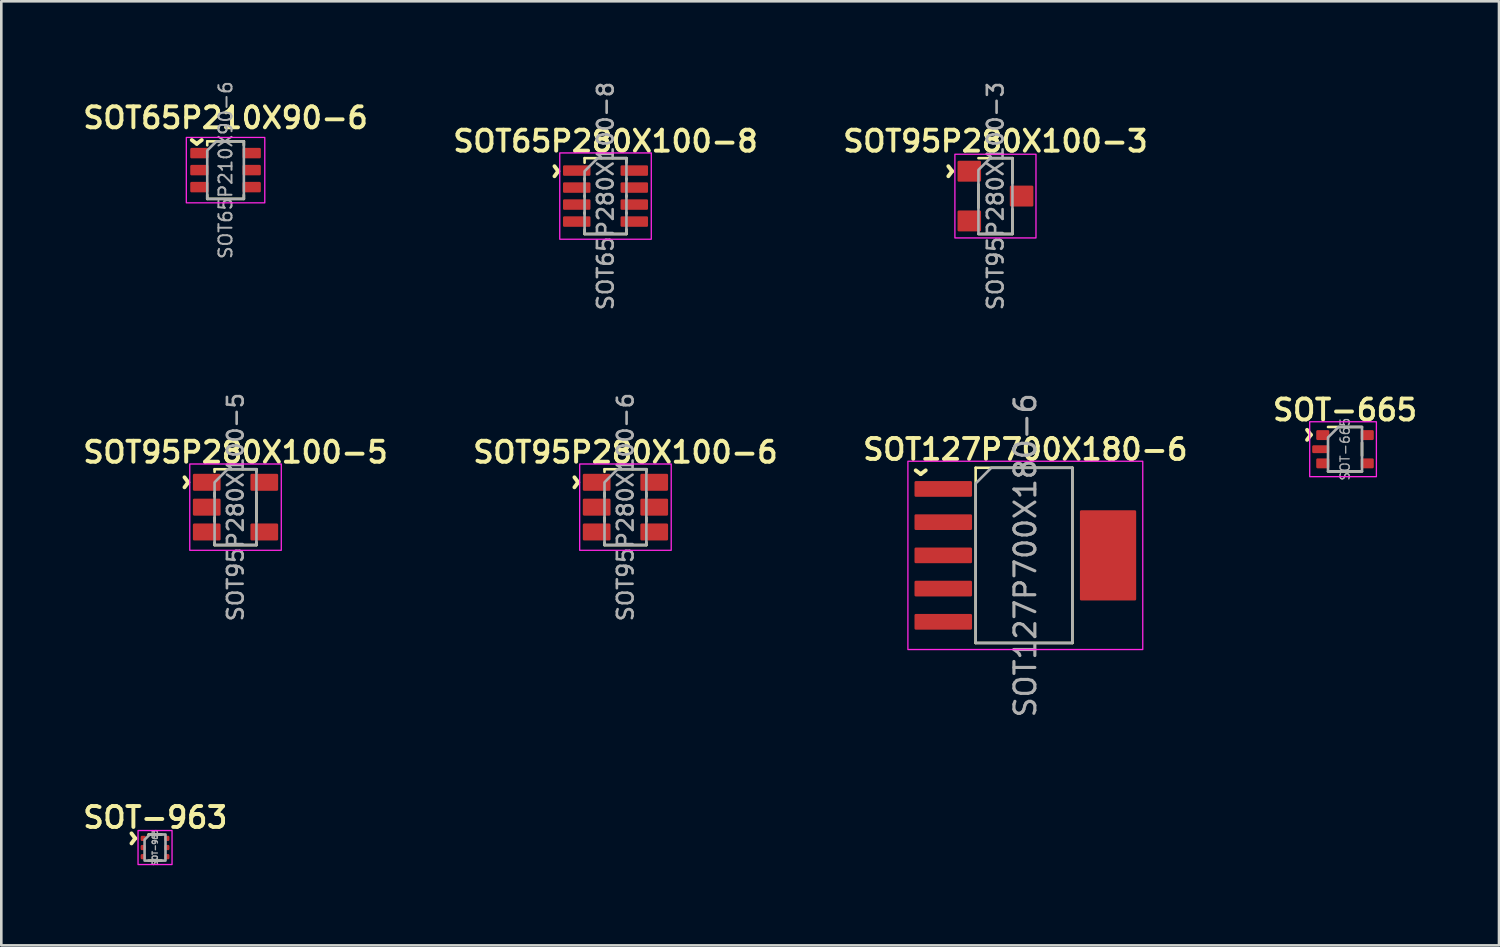
<source format=kicad_pcb>
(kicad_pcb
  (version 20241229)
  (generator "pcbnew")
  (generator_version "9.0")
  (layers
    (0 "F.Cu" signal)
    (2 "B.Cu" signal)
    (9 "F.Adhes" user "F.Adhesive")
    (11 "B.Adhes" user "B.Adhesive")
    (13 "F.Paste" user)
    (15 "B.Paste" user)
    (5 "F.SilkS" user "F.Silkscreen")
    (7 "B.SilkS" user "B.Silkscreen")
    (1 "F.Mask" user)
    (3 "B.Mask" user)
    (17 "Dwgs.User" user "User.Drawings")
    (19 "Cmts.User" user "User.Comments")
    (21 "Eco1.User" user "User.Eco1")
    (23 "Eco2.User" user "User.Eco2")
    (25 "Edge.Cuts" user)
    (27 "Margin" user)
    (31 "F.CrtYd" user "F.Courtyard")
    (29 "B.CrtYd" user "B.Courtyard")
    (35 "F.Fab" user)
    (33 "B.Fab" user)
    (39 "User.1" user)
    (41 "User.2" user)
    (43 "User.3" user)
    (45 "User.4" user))
  (footprint "SOT65P280X100-8"
    (layer "F.Cu")
    (at 20.102 4.447)
    (property "Reference" "SOT65P280X100-8" (at 0 -2.1 0) (layer "F.SilkS") (effects (font (size 0.8 0.8) (thickness 0.15))))
    (attr smd)
    (fp_line (start -0.8 -1.45) (end -0.8 -1.275) (stroke (width 0.1) (type solid)) (layer "F.SilkS"))
    (fp_line (start -0.8 -0.675) (end -0.8 -0.625) (stroke (width 0.1) (type solid)) (layer "F.SilkS"))
    (fp_line (start -0.8 -0.025) (end -0.8 0.025) (stroke (width 0.1) (type solid)) (layer "F.SilkS"))
    (fp_line (start -0.8 0.625) (end -0.8 0.675) (stroke (width 0.1) (type solid)) (layer "F.SilkS"))
    (fp_line (start -0.8 1.45) (end -0.8 1.275) (stroke (width 0.1) (type solid)) (layer "F.SilkS"))
    (fp_line (start -0.8 1.45) (end 0.8 1.45) (stroke (width 0.1) (type solid)) (layer "F.SilkS"))
    (fp_line (start 0.8 -1.45) (end -0.8 -1.45) (stroke (width 0.1) (type solid)) (layer "F.SilkS"))
    (fp_line (start 0.8 -1.45) (end 0.8 -1.275) (stroke (width 0.1) (type default)) (layer "F.SilkS"))
    (fp_line (start 0.8 -0.675) (end 0.8 -0.625) (stroke (width 0.1) (type solid)) (layer "F.SilkS"))
    (fp_line (start 0.8 -0.025) (end 0.8 0.025) (stroke (width 0.1) (type solid)) (layer "F.SilkS"))
    (fp_line (start 0.8 0.625) (end 0.8 0.675) (stroke (width 0.1) (type solid)) (layer "F.SilkS"))
    (fp_line (start 0.8 1.45) (end 0.8 1.275) (stroke (width 0.1) (type solid)) (layer "F.SilkS"))
    (fp_rect (start -1.75 -1.65) (end 1.75 1.65) (stroke (width 0.05) (type solid)) (fill no) (layer "F.CrtYd"))
    (fp_poly (pts (xy -0.8 -0.95) (xy -0.3 -1.45) (xy 0.8 -1.45) (xy 0.8 1.45) (xy -0.8 1.45)) (stroke (width 0.1) (type solid)) (fill no) (layer "F.Fab"))
    (fp_text user "^" (at -2.4 -0.95 270) (unlocked yes) (layer "F.SilkS") (effects (font (size 1 1) (thickness 0.15))))
    (fp_text user "${REFERENCE}" (at 0 0 90) (layer "F.Fab") (effects (font (size 0.6 0.6) (thickness 0.1) (bold yes))))
    (pad "1" smd roundrect (at -1.1 -0.975) (size 1.05 0.4) (layers "F.Cu" "F.Mask" "F.Paste") (roundrect_rratio 0.111))
    (pad "2" smd roundrect (at -1.1 -0.325) (size 1.05 0.4) (layers "F.Cu" "F.Mask" "F.Paste") (roundrect_rratio 0.111))
    (pad "3" smd roundrect (at -1.1 0.325) (size 1.05 0.4) (layers "F.Cu" "F.Mask" "F.Paste") (roundrect_rratio 0.111))
    (pad "4" smd roundrect (at -1.1 0.975) (size 1.05 0.4) (layers "F.Cu" "F.Mask" "F.Paste") (roundrect_rratio 0.111))
    (pad "5" smd roundrect (at 1.1 0.975) (size 1.05 0.4) (layers "F.Cu" "F.Mask" "F.Paste") (roundrect_rratio 0.111))
    (pad "6" smd roundrect (at 1.1 0.325) (size 1.05 0.4) (layers "F.Cu" "F.Mask" "F.Paste") (roundrect_rratio 0.111))
    (pad "7" smd roundrect (at 1.1 -0.325) (size 1.05 0.4) (layers "F.Cu" "F.Mask" "F.Paste") (roundrect_rratio 0.111))
    (pad "8" smd roundrect (at 1.1 -0.975) (size 1.05 0.4) (layers "F.Cu" "F.Mask" "F.Paste") (roundrect_rratio 0.111)))
  (footprint "SOT95P280X100-5"
    (layer "F.Cu")
    (at 5.955 16.341)
    (property "Reference" "SOT95P280X100-5" (at 0 -2.1 0) (layer "F.SilkS") (effects (font (size 0.8 0.8) (thickness 0.15))))
    (attr smd)
    (fp_line (start -0.8 -1.45) (end -0.8 -1.35) (stroke (width 0.1) (type solid)) (layer "F.SilkS"))
    (fp_line (start -0.8 -0.55) (end -0.8 -0.4) (stroke (width 0.1) (type solid)) (layer "F.SilkS"))
    (fp_line (start -0.8 0.4) (end -0.8 0.55) (stroke (width 0.1) (type solid)) (layer "F.SilkS"))
    (fp_line (start -0.8 1.45) (end -0.8 1.35) (stroke (width 0.1) (type solid)) (layer "F.SilkS"))
    (fp_line (start -0.8 1.45) (end 0.8 1.45) (stroke (width 0.1) (type solid)) (layer "F.SilkS"))
    (fp_line (start 0.8 -1.45) (end -0.8 -1.45) (stroke (width 0.1) (type solid)) (layer "F.SilkS"))
    (fp_line (start 0.8 -1.45) (end 0.8 -1.35) (stroke (width 0.1) (type default)) (layer "F.SilkS"))
    (fp_line (start 0.8 -0.55) (end 0.8 0.55) (stroke (width 0.1) (type solid)) (layer "F.SilkS"))
    (fp_line (start 0.8 1.45) (end 0.8 1.34) (stroke (width 0.1) (type solid)) (layer "F.SilkS"))
    (fp_rect (start -1.75 -1.65) (end 1.75 1.65) (stroke (width 0.05) (type solid)) (fill no) (layer "F.CrtYd"))
    (fp_poly (pts (xy -0.8 -0.95) (xy -0.3 -1.45) (xy 0.8 -1.45) (xy 0.8 1.45) (xy -0.8 1.45)) (stroke (width 0.1) (type solid)) (fill no) (layer "F.Fab"))
    (fp_text user "^" (at -2.4 -0.95 270) (unlocked yes) (layer "F.SilkS") (effects (font (size 1 1) (thickness 0.15))))
    (fp_text user "${REFERENCE}" (at 0 0 90) (layer "F.Fab") (effects (font (size 0.6 0.6) (thickness 0.1) (bold yes))))
    (pad "1" smd roundrect (at -1.1 -0.95) (size 1.06 0.65) (layers "F.Cu" "F.Mask" "F.Paste") (roundrect_rratio 0.077))
    (pad "2" smd roundrect (at -1.1 0) (size 1.06 0.65) (layers "F.Cu" "F.Mask" "F.Paste") (roundrect_rratio 0.077))
    (pad "3" smd roundrect (at -1.1 0.95) (size 1.06 0.65) (layers "F.Cu" "F.Mask" "F.Paste") (roundrect_rratio 0.077))
    (pad "4" smd roundrect (at 1.1 0.95) (size 1.06 0.65) (layers "F.Cu" "F.Mask" "F.Paste") (roundrect_rratio 0.077))
    (pad "5" smd roundrect (at 1.1 -0.95) (size 1.06 0.65) (layers "F.Cu" "F.Mask" "F.Paste") (roundrect_rratio 0.077)))
  (footprint "SOT-665"
    (layer "F.Cu")
    (at 48.377 14.126)
    (property "Reference" "SOT-665" (at 0 -1.5 0) (layer "F.SilkS") (effects (font (size 0.8 0.8) (thickness 0.15))))
    (attr smd)
    (fp_line (start -0.65 0.85) (end 0.65 0.85) (stroke (width 0.1) (type solid)) (layer "F.SilkS"))
    (fp_line (start 0.65 -0.85) (end -0.65 -0.85) (stroke (width 0.1) (type solid)) (layer "F.SilkS"))
    (fp_line (start 0.65 -0.25) (end 0.65 0.25) (stroke (width 0.1) (type default)) (layer "F.SilkS"))
    (fp_poly (pts (xy 1.2 1.05) (xy -1.35 1.05) (xy -1.35 -1.05) (xy 1.2 -1.05)) (stroke (width 0.05) (type solid)) (fill no) (layer "F.CrtYd"))
    (fp_poly (pts (xy 0.65 -0.85) (xy 0.65 0.85) (xy -0.65 0.85) (xy -0.65 -0.45) (xy -0.25 -0.85)) (stroke (width 0.1) (type solid)) (fill no) (layer "F.Fab"))
    (fp_text user "^" (at -1.9 -0.55 270) (unlocked yes) (layer "F.SilkS") (effects (font (size 1 1) (thickness 0.15))))
    (fp_text user "${REFERENCE}" (at 0 0 90) (layer "F.Fab") (effects (font (size 0.35 0.35) (thickness 0.05))))
    (pad "1" smd roundrect (at -0.85 -0.54) (size 0.5 0.38) (layers "F.Cu" "F.Mask" "F.Paste") (roundrect_rratio 0.132))
    (pad "2" smd roundrect (at -0.93 0) (size 0.65 0.3) (layers "F.Cu" "F.Mask" "F.Paste") (roundrect_rratio 0.167))
    (pad "3" smd roundrect (at -0.85 0.54) (size 0.5 0.38) (layers "F.Cu" "F.Mask" "F.Paste") (roundrect_rratio 0.132))
    (pad "4" smd roundrect (at 0.85 0.54) (size 0.5 0.38) (layers "F.Cu" "F.Mask" "F.Paste") (roundrect_rratio 0.132))
    (pad "5" smd roundrect (at 0.85 -0.54) (size 0.5 0.38) (layers "F.Cu" "F.Mask" "F.Paste") (roundrect_rratio 0.132)))
  (footprint "SOT65P210X90-6"
    (layer "F.Cu")
    (at 5.574 3.455)
    (property "Reference" "SOT65P210X90-6" (at 0 -2 0) (layer "F.SilkS") (effects (font (size 0.8 0.8) (thickness 0.15))))
    (attr smd)
    (fp_line (start -0.7 -1.1) (end -0.7 -0.95) (stroke (width 0.1) (type default)) (layer "F.SilkS"))
    (fp_line (start -0.7 -1.1) (end 0.7 -1.1) (stroke (width 0.1) (type solid)) (layer "F.SilkS"))
    (fp_line (start -0.7 1.1) (end -0.7 0.95) (stroke (width 0.1) (type default)) (layer "F.SilkS"))
    (fp_line (start -0.7 1.1) (end 0.7 1.1) (stroke (width 0.1) (type solid)) (layer "F.SilkS"))
    (fp_line (start 0.7 -1.1) (end 0.7 -0.95) (stroke (width 0.1) (type default)) (layer "F.SilkS"))
    (fp_line (start 0.7 1.1) (end 0.7 0.95) (stroke (width 0.1) (type default)) (layer "F.SilkS"))
    (fp_rect (start -1.5 -1.25) (end 1.5 1.25) (stroke (width 0.05) (type default)) (fill no) (layer "F.CrtYd"))
    (fp_poly (pts (xy -0.7 1.1) (xy 0.7 1.1) (xy 0.7 -1.1) (xy -0.35 -1.1) (xy -0.7 -0.75)) (stroke (width 0.1) (type solid)) (fill no) (layer "F.Fab"))
    (fp_text user "^" (at -1.1 -1.6 180) (unlocked yes) (layer "F.SilkS") (effects (font (size 1 1) (thickness 0.15))))
    (fp_text user "${REFERENCE}" (at 0 0 90) (layer "F.Fab") (effects (font (size 0.5 0.5) (thickness 0.075))))
    (pad "1" smd roundrect (at -1 -0.65) (size 0.7 0.4) (layers "F.Cu" "F.Mask" "F.Paste") (roundrect_rratio 0.125))
    (pad "2" smd roundrect (at -1 0) (size 0.7 0.4) (layers "F.Cu" "F.Mask" "F.Paste") (roundrect_rratio 0.125))
    (pad "3" smd roundrect (at -1 0.65) (size 0.7 0.4) (layers "F.Cu" "F.Mask" "F.Paste") (roundrect_rratio 0.125))
    (pad "4" smd roundrect (at 1 0.65) (size 0.7 0.4) (layers "F.Cu" "F.Mask" "F.Paste") (roundrect_rratio 0.125))
    (pad "5" smd roundrect (at 1 0) (size 0.7 0.4) (layers "F.Cu" "F.Mask" "F.Paste") (roundrect_rratio 0.125))
    (pad "6" smd roundrect (at 1 -0.65) (size 0.7 0.4) (layers "F.Cu" "F.Mask" "F.Paste") (roundrect_rratio 0.125)))
  (footprint "SOT-963"
    (layer "F.Cu")
    (at 2.878 29.356)
    (property "Reference" "SOT-963" (at 0.01 -1.15 0) (layer "F.SilkS") (effects (font (size 0.8 0.8) (thickness 0.15))))
    (attr smd)
    (fp_line (start 0.25 -0.5) (end -0.25 -0.5) (stroke (width 0.1) (type solid)) (layer "F.SilkS"))
    (fp_line (start 0.25 0.5) (end -0.25 0.5) (stroke (width 0.1) (type solid)) (layer "F.SilkS"))
    (fp_poly (pts (xy -0.65 0.65) (xy 0.65 0.65) (xy 0.65 -0.65) (xy -0.65 -0.65)) (stroke (width 0.05) (type solid)) (fill no) (layer "F.CrtYd"))
    (fp_poly (pts (xy -0.4 -0.3) (xy -0.2 -0.5) (xy 0.4 -0.5) (xy 0.4 0.5) (xy -0.4 0.5)) (stroke (width 0.1) (type solid)) (fill no) (layer "F.Fab"))
    (fp_text user "^" (at -1.35 -0.35 270) (unlocked yes) (layer "F.SilkS") (effects (font (size 1 1) (thickness 0.15))))
    (fp_text user "${REFERENCE}" (at 0 0 90) (layer "F.Fab") (effects (font (size 0.2 0.2) (thickness 0.05))))
    (pad "1" smd roundrect (at -0.45 -0.35) (size 0.2 0.2) (layers "F.Cu" "F.Mask" "F.Paste") (roundrect_rratio 0.25))
    (pad "2" smd roundrect (at -0.45 0) (size 0.2 0.2) (layers "F.Cu" "F.Mask" "F.Paste") (roundrect_rratio 0.25))
    (pad "3" smd roundrect (at -0.45 0.35) (size 0.2 0.2) (layers "F.Cu" "F.Mask" "F.Paste") (roundrect_rratio 0.25))
    (pad "4" smd roundrect (at 0.45 0.35) (size 0.2 0.2) (layers "F.Cu" "F.Mask" "F.Paste") (roundrect_rratio 0.25))
    (pad "5" smd roundrect (at 0.45 0) (size 0.2 0.2) (layers "F.Cu" "F.Mask" "F.Paste") (roundrect_rratio 0.25))
    (pad "6" smd roundrect (at 0.45 -0.35) (size 0.2 0.2) (layers "F.Cu" "F.Mask" "F.Paste") (roundrect_rratio 0.25)))
  (footprint "SOT127P700X180-6"
    (layer "F.Cu")
    (at 36.154 18.185)
    (property "Reference" "SOT127P700X180-6" (at 0 -4.05 0) (layer "F.SilkS") (effects (font (size 0.8 0.8) (thickness 0.15))))
    (attr smd)
    (fp_line (start -1.9 -3.35) (end 1.8 -3.35) (stroke (width 0.1) (type solid)) (layer "F.SilkS"))
    (fp_line (start -1.9 3.35) (end -1.9 -3.35) (stroke (width 0.1) (type solid)) (layer "F.SilkS"))
    (fp_line (start -1.9 3.35) (end 1.8 3.35) (stroke (width 0.1) (type solid)) (layer "F.SilkS"))
    (fp_line (start 1.8 -3.35) (end 1.8 3.35) (stroke (width 0.1) (type solid)) (layer "F.SilkS"))
    (fp_poly (pts (xy 4.49 -3.6) (xy 4.49 3.6) (xy -4.49 3.6) (xy -4.49 -3.6)) (stroke (width 0.05) (type solid)) (fill no) (layer "F.CrtYd"))
    (fp_poly (pts (xy 1.8 -3.35) (xy 1.8 3.35) (xy -1.9 3.35) (xy -1.9 -2.75) (xy -1.3 -3.35)) (stroke (width 0.1) (type solid)) (fill no) (layer "F.Fab"))
    (fp_text user "^" (at -4 -3.7 180) (unlocked yes) (layer "F.SilkS") (effects (font (size 1 1) (thickness 0.15))))
    (fp_text user "${REFERENCE}" (at 0 0 90) (layer "F.Fab") (effects (font (size 0.8 0.8) (thickness 0.12))))
    (pad "" smd roundrect (at 3.15 -1.3) (size 2.1 0.8) (layers "F.Paste") (roundrect_rratio 0.062))
    (pad "" smd roundrect (at 3.15 0) (size 2.1 0.8) (layers "F.Paste") (roundrect_rratio 0.062))
    (pad "" smd roundrect (at 3.15 1.3) (size 2.1 0.8) (layers "F.Paste") (roundrect_rratio 0.062))
    (pad "1" smd roundrect (at -3.138 -2.54) (size 2.2 0.6) (layers "F.Cu" "F.Mask" "F.Paste") (roundrect_rratio 0.083))
    (pad "2" smd roundrect (at -3.138 -1.27) (size 2.2 0.6) (layers "F.Cu" "F.Mask" "F.Paste") (roundrect_rratio 0.083))
    (pad "3" smd roundrect (at -3.138 0) (size 2.2 0.6) (layers "F.Cu" "F.Mask" "F.Paste") (roundrect_rratio 0.083))
    (pad "4" smd roundrect (at -3.138 1.27) (size 2.2 0.6) (layers "F.Cu" "F.Mask" "F.Paste") (roundrect_rratio 0.083))
    (pad "5" smd roundrect (at -3.138 2.54) (size 2.2 0.6) (layers "F.Cu" "F.Mask" "F.Paste") (roundrect_rratio 0.083))
    (pad "6" smd roundrect (at 3.163 0) (size 2.15 3.45) (layers "F.Cu" "F.Mask") (roundrect_rratio 0.023)))
  (footprint "SOT95P280X100-6"
    (layer "F.Cu")
    (at 20.864 16.341)
    (property "Reference" "SOT95P280X100-6" (at 0 -2.1 0) (layer "F.SilkS") (effects (font (size 0.8 0.8) (thickness 0.15))))
    (attr smd)
    (fp_line (start -0.8 -1.45) (end -0.8 -1.35) (stroke (width 0.1) (type solid)) (layer "F.SilkS"))
    (fp_line (start -0.8 -0.55) (end -0.8 -0.4) (stroke (width 0.1) (type solid)) (layer "F.SilkS"))
    (fp_line (start -0.8 0.4) (end -0.8 0.55) (stroke (width 0.1) (type solid)) (layer "F.SilkS"))
    (fp_line (start -0.8 1.45) (end -0.8 1.35) (stroke (width 0.1) (type solid)) (layer "F.SilkS"))
    (fp_line (start -0.8 1.45) (end 0.8 1.45) (stroke (width 0.1) (type solid)) (layer "F.SilkS"))
    (fp_line (start 0.8 -1.45) (end -0.8 -1.45) (stroke (width 0.1) (type solid)) (layer "F.SilkS"))
    (fp_line (start 0.8 -1.45) (end 0.8 -1.35) (stroke (width 0.1) (type default)) (layer "F.SilkS"))
    (fp_line (start 0.8 -0.55) (end 0.8 -0.4) (stroke (width 0.1) (type solid)) (layer "F.SilkS"))
    (fp_line (start 0.8 0.4) (end 0.8 0.55) (stroke (width 0.1) (type solid)) (layer "F.SilkS"))
    (fp_line (start 0.8 1.45) (end 0.8 1.34) (stroke (width 0.1) (type solid)) (layer "F.SilkS"))
    (fp_rect (start -1.75 -1.65) (end 1.75 1.65) (stroke (width 0.05) (type solid)) (fill no) (layer "F.CrtYd"))
    (fp_poly (pts (xy -0.8 -0.95) (xy -0.3 -1.45) (xy 0.8 -1.45) (xy 0.8 1.45) (xy -0.8 1.45)) (stroke (width 0.1) (type solid)) (fill no) (layer "F.Fab"))
    (fp_text user "^" (at -2.4 -0.95 270) (unlocked yes) (layer "F.SilkS") (effects (font (size 1 1) (thickness 0.15))))
    (fp_text user "${REFERENCE}" (at 0 0 90) (layer "F.Fab") (effects (font (size 0.6 0.6) (thickness 0.1) (bold yes))))
    (pad "1" smd roundrect (at -1.1 -0.95) (size 1.06 0.65) (layers "F.Cu" "F.Mask" "F.Paste") (roundrect_rratio 0.077))
    (pad "2" smd roundrect (at -1.1 0) (size 1.06 0.65) (layers "F.Cu" "F.Mask" "F.Paste") (roundrect_rratio 0.077))
    (pad "3" smd roundrect (at -1.1 0.95) (size 1.06 0.65) (layers "F.Cu" "F.Mask" "F.Paste") (roundrect_rratio 0.077))
    (pad "4" smd roundrect (at 1.1 0.95) (size 1.06 0.65) (layers "F.Cu" "F.Mask" "F.Paste") (roundrect_rratio 0.077))
    (pad "5" smd roundrect (at 1.1 0) (size 1.06 0.65) (layers "F.Cu" "F.Mask" "F.Paste") (roundrect_rratio 0.077))
    (pad "6" smd roundrect (at 1.1 -0.95) (size 1.06 0.65) (layers "F.Cu" "F.Mask" "F.Paste") (roundrect_rratio 0.077)))
  (footprint "SOT95P280X100-3"
    (layer "F.Cu")
    (at 35.011 4.447)
    (property "Reference" "SOT95P280X100-3" (at 0 -2.1 0) (layer "F.SilkS") (effects (font (size 0.8 0.8) (thickness 0.15))))
    (attr smd)
    (fp_line (start -0.65 -0.45) (end -0.65 0.45) (stroke (width 0.1) (type solid)) (layer "F.SilkS"))
    (fp_line (start 0.65 -1.45) (end -0.65 -1.45) (stroke (width 0.1) (type solid)) (layer "F.SilkS"))
    (fp_line (start 0.65 -1.45) (end 0.65 -0.5) (stroke (width 0.1) (type solid)) (layer "F.SilkS"))
    (fp_line (start 0.65 1.45) (end -0.65 1.45) (stroke (width 0.1) (type solid)) (layer "F.SilkS"))
    (fp_line (start 0.65 1.45) (end 0.65 0.5) (stroke (width 0.1) (type solid)) (layer "F.SilkS"))
    (fp_rect (start -1.55 -1.6) (end 1.55 1.6) (stroke (width 0.05) (type solid)) (fill no) (layer "F.CrtYd"))
    (fp_poly (pts (xy -0.2 -1.45) (xy -0.65 -1) (xy -0.65 1.45) (xy 0.65 1.45) (xy 0.65 -1.45)) (stroke (width 0.1) (type solid)) (fill no) (layer "F.Fab"))
    (fp_text user "^" (at -2.25 -0.95 270) (unlocked yes) (layer "F.SilkS") (effects (font (size 1 1) (thickness 0.15))))
    (fp_text user "${REFERENCE}" (at 0 0 270) (layer "F.Fab") (effects (font (size 0.6 0.6) (thickness 0.1))))
    (pad "1" smd roundrect (at -1 -0.95 90) (size 0.8 0.9) (layers "F.Cu" "F.Mask" "F.Paste") (roundrect_rratio 0.062))
    (pad "2" smd roundrect (at -1 0.95 90) (size 0.8 0.9) (layers "F.Cu" "F.Mask" "F.Paste") (roundrect_rratio 0.062))
    (pad "3" smd roundrect (at 1 0 90) (size 0.8 0.9) (layers "F.Cu" "F.Mask" "F.Paste") (roundrect_rratio 0.062)))
  (gr_rect
    (start -3 -3)
    (end 54.265 33.097)
    (stroke (width 0.1) (type default))
    (fill no)
    (layer "Edge.Cuts")))
</source>
